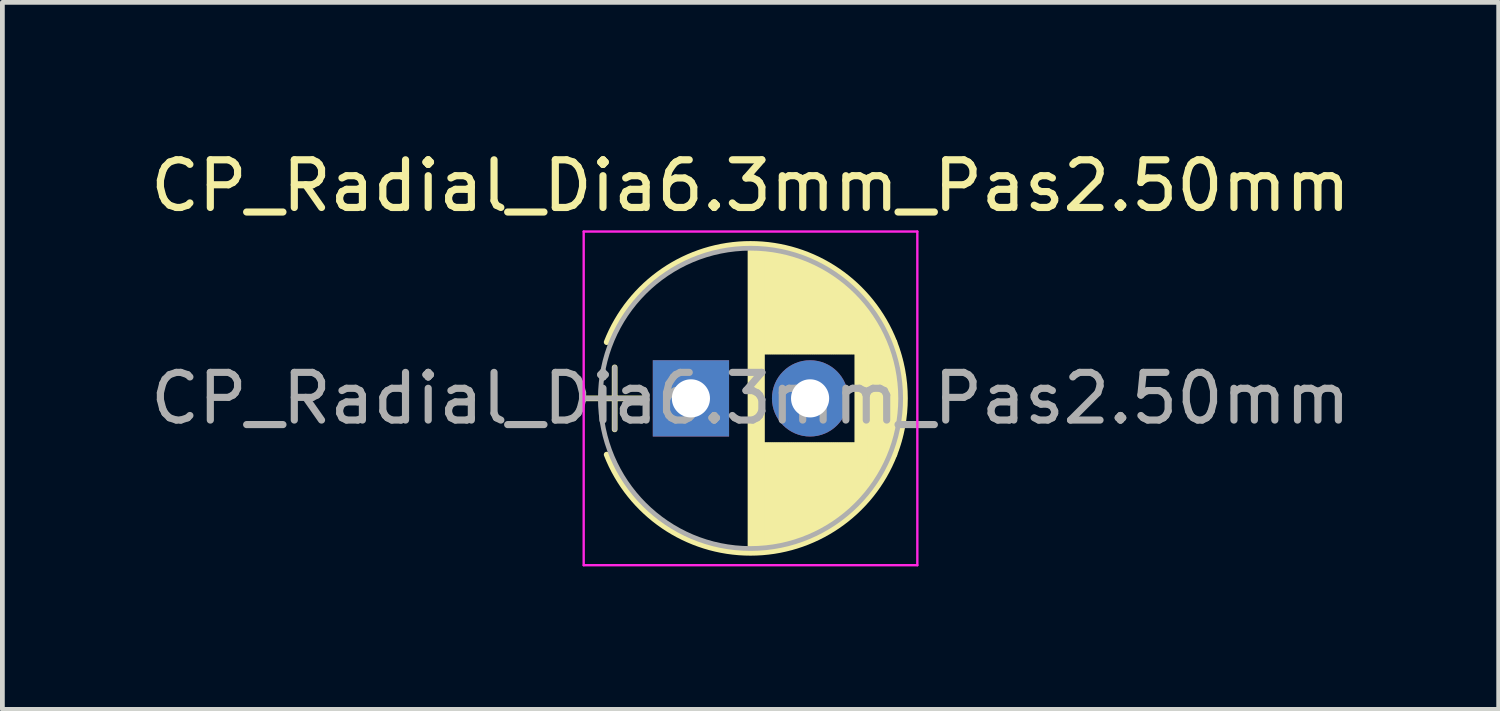
<source format=kicad_pcb>
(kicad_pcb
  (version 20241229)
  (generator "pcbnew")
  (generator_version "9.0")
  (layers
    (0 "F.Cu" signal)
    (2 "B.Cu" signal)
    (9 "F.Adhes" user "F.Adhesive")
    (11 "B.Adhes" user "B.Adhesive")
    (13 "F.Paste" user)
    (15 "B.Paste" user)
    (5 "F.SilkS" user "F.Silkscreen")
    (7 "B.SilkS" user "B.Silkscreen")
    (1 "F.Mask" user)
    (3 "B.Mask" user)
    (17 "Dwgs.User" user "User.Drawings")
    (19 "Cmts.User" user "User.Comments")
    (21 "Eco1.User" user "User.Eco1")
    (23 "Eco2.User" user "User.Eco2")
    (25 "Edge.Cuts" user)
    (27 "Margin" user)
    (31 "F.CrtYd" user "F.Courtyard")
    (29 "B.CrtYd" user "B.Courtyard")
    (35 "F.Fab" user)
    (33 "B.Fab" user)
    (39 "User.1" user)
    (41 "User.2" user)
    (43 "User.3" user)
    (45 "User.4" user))
  (footprint "CP_Radial_Dia6.3mm_Pas2.50mm"
    (layer "F.Cu")
    (at 11.446 5.308)
    (property "Reference" "CP_Radial_Dia6.3mm_Pas2.50mm" (at 1.25 -4.46 0) (layer "F.SilkS") (effects (font (size 1 1) (thickness 0.15))))
    (attr through_hole)
    (fp_line (start -2.2 0) (end -1 0) (stroke (width 0.12) (type solid)) (layer "F.SilkS"))
    (fp_line (start -1.6 -0.65) (end -1.6 0.65) (stroke (width 0.12) (type solid)) (layer "F.SilkS"))
    (fp_line (start 1.25 -3.2) (end 1.25 3.2) (stroke (width 0.12) (type solid)) (layer "F.SilkS"))
    (fp_line (start 1.29 -3.2) (end 1.29 3.2) (stroke (width 0.12) (type solid)) (layer "F.SilkS"))
    (fp_line (start 1.33 -3.2) (end 1.33 3.2) (stroke (width 0.12) (type solid)) (layer "F.SilkS"))
    (fp_line (start 1.37 -3.198) (end 1.37 3.198) (stroke (width 0.12) (type solid)) (layer "F.SilkS"))
    (fp_line (start 1.41 -3.197) (end 1.41 3.197) (stroke (width 0.12) (type solid)) (layer "F.SilkS"))
    (fp_line (start 1.45 -3.194) (end 1.45 3.194) (stroke (width 0.12) (type solid)) (layer "F.SilkS"))
    (fp_line (start 1.49 -3.192) (end 1.49 3.192) (stroke (width 0.12) (type solid)) (layer "F.SilkS"))
    (fp_line (start 1.53 -3.188) (end 1.53 -0.98) (stroke (width 0.12) (type solid)) (layer "F.SilkS"))
    (fp_line (start 1.53 0.98) (end 1.53 3.188) (stroke (width 0.12) (type solid)) (layer "F.SilkS"))
    (fp_line (start 1.57 -3.185) (end 1.57 -0.98) (stroke (width 0.12) (type solid)) (layer "F.SilkS"))
    (fp_line (start 1.57 0.98) (end 1.57 3.185) (stroke (width 0.12) (type solid)) (layer "F.SilkS"))
    (fp_line (start 1.61 -3.18) (end 1.61 -0.98) (stroke (width 0.12) (type solid)) (layer "F.SilkS"))
    (fp_line (start 1.61 0.98) (end 1.61 3.18) (stroke (width 0.12) (type solid)) (layer "F.SilkS"))
    (fp_line (start 1.65 -3.176) (end 1.65 -0.98) (stroke (width 0.12) (type solid)) (layer "F.SilkS"))
    (fp_line (start 1.65 0.98) (end 1.65 3.176) (stroke (width 0.12) (type solid)) (layer "F.SilkS"))
    (fp_line (start 1.69 -3.17) (end 1.69 -0.98) (stroke (width 0.12) (type solid)) (layer "F.SilkS"))
    (fp_line (start 1.69 0.98) (end 1.69 3.17) (stroke (width 0.12) (type solid)) (layer "F.SilkS"))
    (fp_line (start 1.73 -3.165) (end 1.73 -0.98) (stroke (width 0.12) (type solid)) (layer "F.SilkS"))
    (fp_line (start 1.73 0.98) (end 1.73 3.165) (stroke (width 0.12) (type solid)) (layer "F.SilkS"))
    (fp_line (start 1.77 -3.158) (end 1.77 -0.98) (stroke (width 0.12) (type solid)) (layer "F.SilkS"))
    (fp_line (start 1.77 0.98) (end 1.77 3.158) (stroke (width 0.12) (type solid)) (layer "F.SilkS"))
    (fp_line (start 1.81 -3.152) (end 1.81 -0.98) (stroke (width 0.12) (type solid)) (layer "F.SilkS"))
    (fp_line (start 1.81 0.98) (end 1.81 3.152) (stroke (width 0.12) (type solid)) (layer "F.SilkS"))
    (fp_line (start 1.85 -3.144) (end 1.85 -0.98) (stroke (width 0.12) (type solid)) (layer "F.SilkS"))
    (fp_line (start 1.85 0.98) (end 1.85 3.144) (stroke (width 0.12) (type solid)) (layer "F.SilkS"))
    (fp_line (start 1.89 -3.137) (end 1.89 -0.98) (stroke (width 0.12) (type solid)) (layer "F.SilkS"))
    (fp_line (start 1.89 0.98) (end 1.89 3.137) (stroke (width 0.12) (type solid)) (layer "F.SilkS"))
    (fp_line (start 1.93 -3.128) (end 1.93 -0.98) (stroke (width 0.12) (type solid)) (layer "F.SilkS"))
    (fp_line (start 1.93 0.98) (end 1.93 3.128) (stroke (width 0.12) (type solid)) (layer "F.SilkS"))
    (fp_line (start 1.971 -3.119) (end 1.971 -0.98) (stroke (width 0.12) (type solid)) (layer "F.SilkS"))
    (fp_line (start 1.971 0.98) (end 1.971 3.119) (stroke (width 0.12) (type solid)) (layer "F.SilkS"))
    (fp_line (start 2.011 -3.11) (end 2.011 -0.98) (stroke (width 0.12) (type solid)) (layer "F.SilkS"))
    (fp_line (start 2.011 0.98) (end 2.011 3.11) (stroke (width 0.12) (type solid)) (layer "F.SilkS"))
    (fp_line (start 2.051 -3.1) (end 2.051 -0.98) (stroke (width 0.12) (type solid)) (layer "F.SilkS"))
    (fp_line (start 2.051 0.98) (end 2.051 3.1) (stroke (width 0.12) (type solid)) (layer "F.SilkS"))
    (fp_line (start 2.091 -3.09) (end 2.091 -0.98) (stroke (width 0.12) (type solid)) (layer "F.SilkS"))
    (fp_line (start 2.091 0.98) (end 2.091 3.09) (stroke (width 0.12) (type solid)) (layer "F.SilkS"))
    (fp_line (start 2.131 -3.079) (end 2.131 -0.98) (stroke (width 0.12) (type solid)) (layer "F.SilkS"))
    (fp_line (start 2.131 0.98) (end 2.131 3.079) (stroke (width 0.12) (type solid)) (layer "F.SilkS"))
    (fp_line (start 2.171 -3.067) (end 2.171 -0.98) (stroke (width 0.12) (type solid)) (layer "F.SilkS"))
    (fp_line (start 2.171 0.98) (end 2.171 3.067) (stroke (width 0.12) (type solid)) (layer "F.SilkS"))
    (fp_line (start 2.211 -3.055) (end 2.211 -0.98) (stroke (width 0.12) (type solid)) (layer "F.SilkS"))
    (fp_line (start 2.211 0.98) (end 2.211 3.055) (stroke (width 0.12) (type solid)) (layer "F.SilkS"))
    (fp_line (start 2.251 -3.042) (end 2.251 -0.98) (stroke (width 0.12) (type solid)) (layer "F.SilkS"))
    (fp_line (start 2.251 0.98) (end 2.251 3.042) (stroke (width 0.12) (type solid)) (layer "F.SilkS"))
    (fp_line (start 2.291 -3.029) (end 2.291 -0.98) (stroke (width 0.12) (type solid)) (layer "F.SilkS"))
    (fp_line (start 2.291 0.98) (end 2.291 3.029) (stroke (width 0.12) (type solid)) (layer "F.SilkS"))
    (fp_line (start 2.331 -3.015) (end 2.331 -0.98) (stroke (width 0.12) (type solid)) (layer "F.SilkS"))
    (fp_line (start 2.331 0.98) (end 2.331 3.015) (stroke (width 0.12) (type solid)) (layer "F.SilkS"))
    (fp_line (start 2.371 -3.001) (end 2.371 -0.98) (stroke (width 0.12) (type solid)) (layer "F.SilkS"))
    (fp_line (start 2.371 0.98) (end 2.371 3.001) (stroke (width 0.12) (type solid)) (layer "F.SilkS"))
    (fp_line (start 2.411 -2.986) (end 2.411 -0.98) (stroke (width 0.12) (type solid)) (layer "F.SilkS"))
    (fp_line (start 2.411 0.98) (end 2.411 2.986) (stroke (width 0.12) (type solid)) (layer "F.SilkS"))
    (fp_line (start 2.451 -2.97) (end 2.451 -0.98) (stroke (width 0.12) (type solid)) (layer "F.SilkS"))
    (fp_line (start 2.451 0.98) (end 2.451 2.97) (stroke (width 0.12) (type solid)) (layer "F.SilkS"))
    (fp_line (start 2.491 -2.954) (end 2.491 -0.98) (stroke (width 0.12) (type solid)) (layer "F.SilkS"))
    (fp_line (start 2.491 0.98) (end 2.491 2.954) (stroke (width 0.12) (type solid)) (layer "F.SilkS"))
    (fp_line (start 2.531 -2.937) (end 2.531 -0.98) (stroke (width 0.12) (type solid)) (layer "F.SilkS"))
    (fp_line (start 2.531 0.98) (end 2.531 2.937) (stroke (width 0.12) (type solid)) (layer "F.SilkS"))
    (fp_line (start 2.571 -2.919) (end 2.571 -0.98) (stroke (width 0.12) (type solid)) (layer "F.SilkS"))
    (fp_line (start 2.571 0.98) (end 2.571 2.919) (stroke (width 0.12) (type solid)) (layer "F.SilkS"))
    (fp_line (start 2.611 -2.901) (end 2.611 -0.98) (stroke (width 0.12) (type solid)) (layer "F.SilkS"))
    (fp_line (start 2.611 0.98) (end 2.611 2.901) (stroke (width 0.12) (type solid)) (layer "F.SilkS"))
    (fp_line (start 2.651 -2.882) (end 2.651 -0.98) (stroke (width 0.12) (type solid)) (layer "F.SilkS"))
    (fp_line (start 2.651 0.98) (end 2.651 2.882) (stroke (width 0.12) (type solid)) (layer "F.SilkS"))
    (fp_line (start 2.691 -2.863) (end 2.691 -0.98) (stroke (width 0.12) (type solid)) (layer "F.SilkS"))
    (fp_line (start 2.691 0.98) (end 2.691 2.863) (stroke (width 0.12) (type solid)) (layer "F.SilkS"))
    (fp_line (start 2.731 -2.843) (end 2.731 -0.98) (stroke (width 0.12) (type solid)) (layer "F.SilkS"))
    (fp_line (start 2.731 0.98) (end 2.731 2.843) (stroke (width 0.12) (type solid)) (layer "F.SilkS"))
    (fp_line (start 2.771 -2.822) (end 2.771 -0.98) (stroke (width 0.12) (type solid)) (layer "F.SilkS"))
    (fp_line (start 2.771 0.98) (end 2.771 2.822) (stroke (width 0.12) (type solid)) (layer "F.SilkS"))
    (fp_line (start 2.811 -2.8) (end 2.811 -0.98) (stroke (width 0.12) (type solid)) (layer "F.SilkS"))
    (fp_line (start 2.811 0.98) (end 2.811 2.8) (stroke (width 0.12) (type solid)) (layer "F.SilkS"))
    (fp_line (start 2.851 -2.778) (end 2.851 -0.98) (stroke (width 0.12) (type solid)) (layer "F.SilkS"))
    (fp_line (start 2.851 0.98) (end 2.851 2.778) (stroke (width 0.12) (type solid)) (layer "F.SilkS"))
    (fp_line (start 2.891 -2.755) (end 2.891 -0.98) (stroke (width 0.12) (type solid)) (layer "F.SilkS"))
    (fp_line (start 2.891 0.98) (end 2.891 2.755) (stroke (width 0.12) (type solid)) (layer "F.SilkS"))
    (fp_line (start 2.931 -2.731) (end 2.931 -0.98) (stroke (width 0.12) (type solid)) (layer "F.SilkS"))
    (fp_line (start 2.931 0.98) (end 2.931 2.731) (stroke (width 0.12) (type solid)) (layer "F.SilkS"))
    (fp_line (start 2.971 -2.706) (end 2.971 -0.98) (stroke (width 0.12) (type solid)) (layer "F.SilkS"))
    (fp_line (start 2.971 0.98) (end 2.971 2.706) (stroke (width 0.12) (type solid)) (layer "F.SilkS"))
    (fp_line (start 3.011 -2.681) (end 3.011 -0.98) (stroke (width 0.12) (type solid)) (layer "F.SilkS"))
    (fp_line (start 3.011 0.98) (end 3.011 2.681) (stroke (width 0.12) (type solid)) (layer "F.SilkS"))
    (fp_line (start 3.051 -2.654) (end 3.051 -0.98) (stroke (width 0.12) (type solid)) (layer "F.SilkS"))
    (fp_line (start 3.051 0.98) (end 3.051 2.654) (stroke (width 0.12) (type solid)) (layer "F.SilkS"))
    (fp_line (start 3.091 -2.627) (end 3.091 -0.98) (stroke (width 0.12) (type solid)) (layer "F.SilkS"))
    (fp_line (start 3.091 0.98) (end 3.091 2.627) (stroke (width 0.12) (type solid)) (layer "F.SilkS"))
    (fp_line (start 3.131 -2.599) (end 3.131 -0.98) (stroke (width 0.12) (type solid)) (layer "F.SilkS"))
    (fp_line (start 3.131 0.98) (end 3.131 2.599) (stroke (width 0.12) (type solid)) (layer "F.SilkS"))
    (fp_line (start 3.171 -2.57) (end 3.171 -0.98) (stroke (width 0.12) (type solid)) (layer "F.SilkS"))
    (fp_line (start 3.171 0.98) (end 3.171 2.57) (stroke (width 0.12) (type solid)) (layer "F.SilkS"))
    (fp_line (start 3.211 -2.54) (end 3.211 -0.98) (stroke (width 0.12) (type solid)) (layer "F.SilkS"))
    (fp_line (start 3.211 0.98) (end 3.211 2.54) (stroke (width 0.12) (type solid)) (layer "F.SilkS"))
    (fp_line (start 3.251 -2.51) (end 3.251 -0.98) (stroke (width 0.12) (type solid)) (layer "F.SilkS"))
    (fp_line (start 3.251 0.98) (end 3.251 2.51) (stroke (width 0.12) (type solid)) (layer "F.SilkS"))
    (fp_line (start 3.291 -2.478) (end 3.291 -0.98) (stroke (width 0.12) (type solid)) (layer "F.SilkS"))
    (fp_line (start 3.291 0.98) (end 3.291 2.478) (stroke (width 0.12) (type solid)) (layer "F.SilkS"))
    (fp_line (start 3.331 -2.445) (end 3.331 -0.98) (stroke (width 0.12) (type solid)) (layer "F.SilkS"))
    (fp_line (start 3.331 0.98) (end 3.331 2.445) (stroke (width 0.12) (type solid)) (layer "F.SilkS"))
    (fp_line (start 3.371 -2.411) (end 3.371 -0.98) (stroke (width 0.12) (type solid)) (layer "F.SilkS"))
    (fp_line (start 3.371 0.98) (end 3.371 2.411) (stroke (width 0.12) (type solid)) (layer "F.SilkS"))
    (fp_line (start 3.411 -2.375) (end 3.411 -0.98) (stroke (width 0.12) (type solid)) (layer "F.SilkS"))
    (fp_line (start 3.411 0.98) (end 3.411 2.375) (stroke (width 0.12) (type solid)) (layer "F.SilkS"))
    (fp_line (start 3.451 -2.339) (end 3.451 -0.98) (stroke (width 0.12) (type solid)) (layer "F.SilkS"))
    (fp_line (start 3.451 0.98) (end 3.451 2.339) (stroke (width 0.12) (type solid)) (layer "F.SilkS"))
    (fp_line (start 3.491 -2.301) (end 3.491 2.301) (stroke (width 0.12) (type solid)) (layer "F.SilkS"))
    (fp_line (start 3.531 -2.262) (end 3.531 2.262) (stroke (width 0.12) (type solid)) (layer "F.SilkS"))
    (fp_line (start 3.571 -2.222) (end 3.571 2.222) (stroke (width 0.12) (type solid)) (layer "F.SilkS"))
    (fp_line (start 3.611 -2.18) (end 3.611 2.18) (stroke (width 0.12) (type solid)) (layer "F.SilkS"))
    (fp_line (start 3.651 -2.137) (end 3.651 2.137) (stroke (width 0.12) (type solid)) (layer "F.SilkS"))
    (fp_line (start 3.691 -2.092) (end 3.691 2.092) (stroke (width 0.12) (type solid)) (layer "F.SilkS"))
    (fp_line (start 3.731 -2.045) (end 3.731 2.045) (stroke (width 0.12) (type solid)) (layer "F.SilkS"))
    (fp_line (start 3.771 -1.997) (end 3.771 1.997) (stroke (width 0.12) (type solid)) (layer "F.SilkS"))
    (fp_line (start 3.811 -1.946) (end 3.811 1.946) (stroke (width 0.12) (type solid)) (layer "F.SilkS"))
    (fp_line (start 3.851 -1.894) (end 3.851 1.894) (stroke (width 0.12) (type solid)) (layer "F.SilkS"))
    (fp_line (start 3.891 -1.839) (end 3.891 1.839) (stroke (width 0.12) (type solid)) (layer "F.SilkS"))
    (fp_line (start 3.931 -1.781) (end 3.931 1.781) (stroke (width 0.12) (type solid)) (layer "F.SilkS"))
    (fp_line (start 3.971 -1.721) (end 3.971 1.721) (stroke (width 0.12) (type solid)) (layer "F.SilkS"))
    (fp_line (start 4.011 -1.658) (end 4.011 1.658) (stroke (width 0.12) (type solid)) (layer "F.SilkS"))
    (fp_line (start 4.051 -1.591) (end 4.051 1.591) (stroke (width 0.12) (type solid)) (layer "F.SilkS"))
    (fp_line (start 4.091 -1.52) (end 4.091 1.52) (stroke (width 0.12) (type solid)) (layer "F.SilkS"))
    (fp_line (start 4.131 -1.445) (end 4.131 1.445) (stroke (width 0.12) (type solid)) (layer "F.SilkS"))
    (fp_line (start 4.171 -1.364) (end 4.171 1.364) (stroke (width 0.12) (type solid)) (layer "F.SilkS"))
    (fp_line (start 4.211 -1.278) (end 4.211 1.278) (stroke (width 0.12) (type solid)) (layer "F.SilkS"))
    (fp_line (start 4.251 -1.184) (end 4.251 1.184) (stroke (width 0.12) (type solid)) (layer "F.SilkS"))
    (fp_line (start 4.291 -1.081) (end 4.291 1.081) (stroke (width 0.12) (type solid)) (layer "F.SilkS"))
    (fp_line (start 4.331 -0.966) (end 4.331 0.966) (stroke (width 0.12) (type solid)) (layer "F.SilkS"))
    (fp_line (start 4.371 -0.834) (end 4.371 0.834) (stroke (width 0.12) (type solid)) (layer "F.SilkS"))
    (fp_line (start 4.411 -0.676) (end 4.411 0.676) (stroke (width 0.12) (type solid)) (layer "F.SilkS"))
    (fp_line (start 4.451 -0.468) (end 4.451 0.468) (stroke (width 0.12) (type solid)) (layer "F.SilkS"))
    (fp_arc (start -1.767482 -1.18) (mid 1.250464 -3.24) (end 4.26782 -1.179135) (stroke (width 0.12) (type solid)) (layer "F.SilkS"))
    (fp_arc (start 4.267482 -1.18) (mid 4.49 -0.000464) (end 4.26782 1.179135) (stroke (width 0.12) (type solid)) (layer "F.SilkS"))
    (fp_arc (start 4.26782 1.179135) (mid 1.250464 3.239999) (end -1.767482 1.18) (stroke (width 0.12) (type solid)) (layer "F.SilkS"))
    (fp_line (start -2.25 -3.5) (end -2.25 3.5) (stroke (width 0.05) (type solid)) (layer "F.CrtYd"))
    (fp_line (start -2.25 3.5) (end 4.75 3.5) (stroke (width 0.05) (type solid)) (layer "F.CrtYd"))
    (fp_line (start 4.75 -3.5) (end -2.25 -3.5) (stroke (width 0.05) (type solid)) (layer "F.CrtYd"))
    (fp_line (start 4.75 3.5) (end 4.75 -3.5) (stroke (width 0.05) (type solid)) (layer "F.CrtYd"))
    (fp_line (start -2.2 0) (end -1 0) (stroke (width 0.1) (type solid)) (layer "F.Fab"))
    (fp_line (start -1.6 -0.65) (end -1.6 0.65) (stroke (width 0.1) (type solid)) (layer "F.Fab"))
    (fp_circle (center 1.25 0) (end 4.4 0) (stroke (width 0.1) (type solid)) (fill no) (layer "F.Fab"))
    (fp_text user "${REFERENCE}" (at 1.25 0 0) (layer "F.Fab") (effects (font (size 1 1) (thickness 0.15))))
    (pad "1" thru_hole rect (at 0 0) (size 1.6 1.6) (drill 0.8) (layers "*.Cu" "*.Mask"))
    (pad "2" thru_hole circle (at 2.5 0) (size 1.6 1.6) (drill 0.8) (layers "*.Cu" "*.Mask")))
  (gr_rect
    (start -3 -3)
    (end 28.393 11.833)
    (stroke (width 0.1) (type default))
    (fill no)
    (layer "Edge.Cuts")))
</source>
